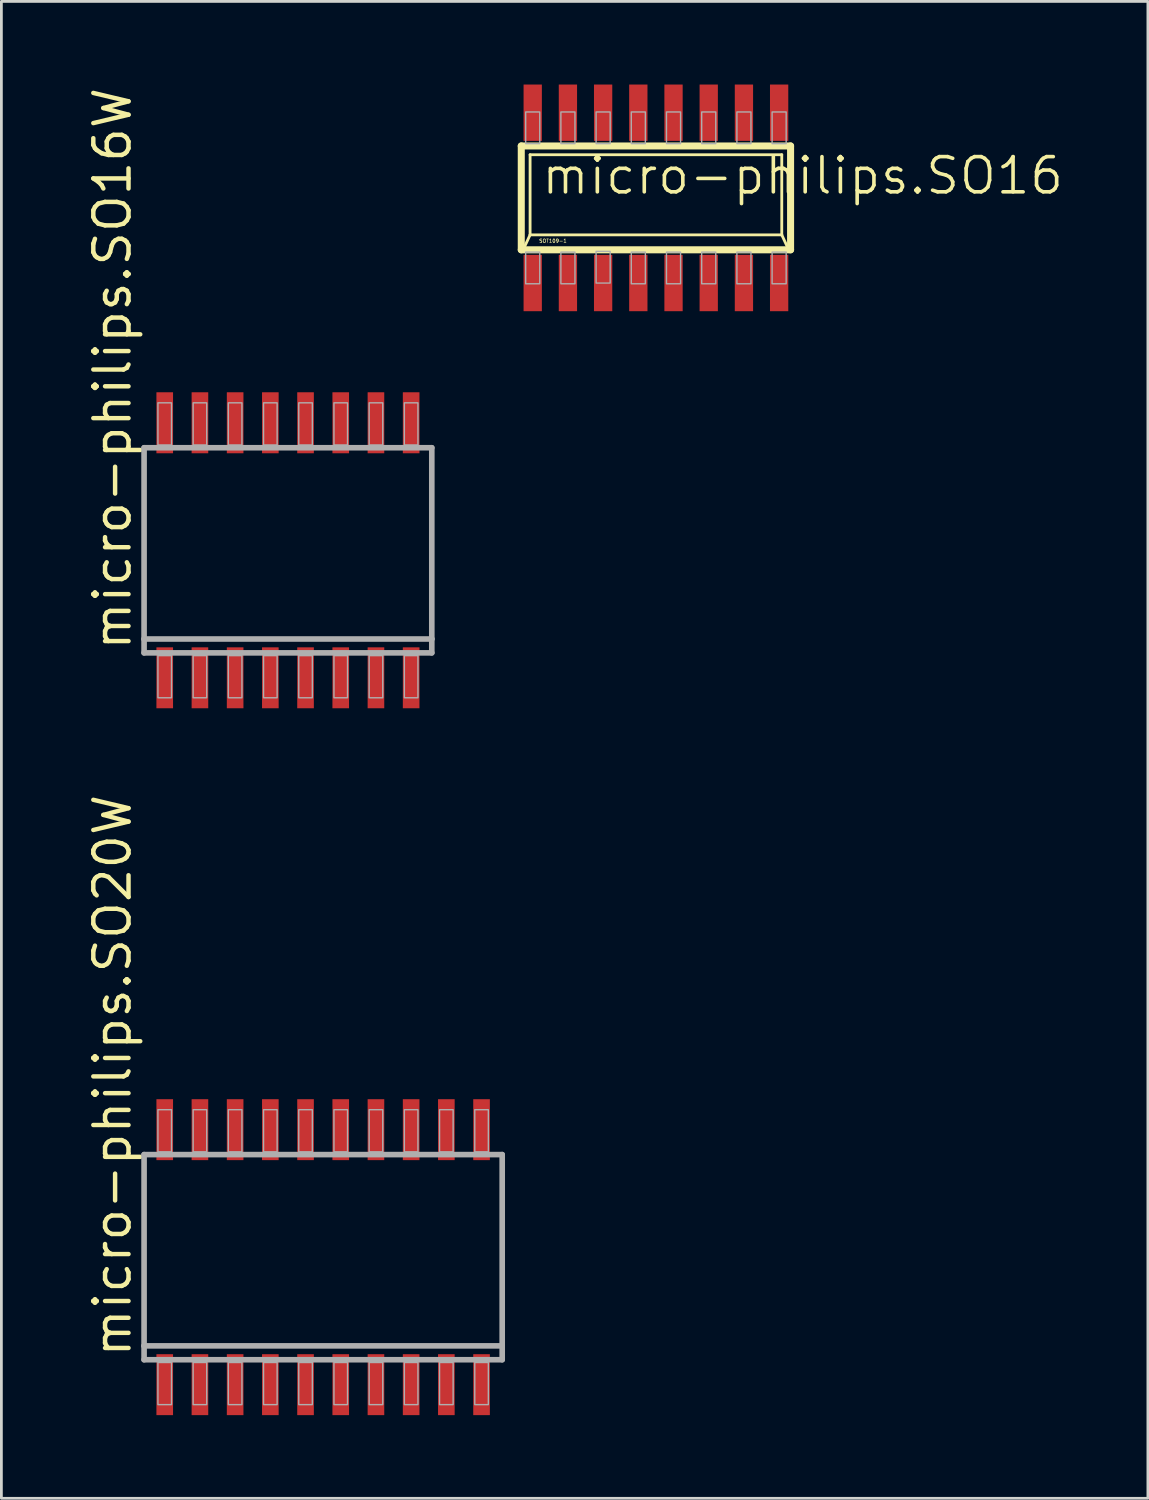
<source format=kicad_pcb>
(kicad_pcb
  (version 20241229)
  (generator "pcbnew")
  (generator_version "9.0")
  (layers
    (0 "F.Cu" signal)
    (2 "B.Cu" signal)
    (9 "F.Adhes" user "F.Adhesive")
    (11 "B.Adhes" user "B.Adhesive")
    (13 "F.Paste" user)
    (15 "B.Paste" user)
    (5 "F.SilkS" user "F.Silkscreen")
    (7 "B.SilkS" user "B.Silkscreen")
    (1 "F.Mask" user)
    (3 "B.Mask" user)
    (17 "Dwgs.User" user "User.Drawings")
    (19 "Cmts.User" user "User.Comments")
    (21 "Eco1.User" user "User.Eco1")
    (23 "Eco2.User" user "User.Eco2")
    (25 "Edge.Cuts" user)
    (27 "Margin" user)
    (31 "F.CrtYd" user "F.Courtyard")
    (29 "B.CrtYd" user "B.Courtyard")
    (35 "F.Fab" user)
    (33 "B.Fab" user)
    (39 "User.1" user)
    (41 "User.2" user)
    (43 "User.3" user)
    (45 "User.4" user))
  (footprint "micro-philips.SO16W"
    (layer "F.Cu")
    (at 7.338 16.803)
    (property "Reference" "micro-philips.SO16W" (at -5.588 3.683 90) (layer "F.SilkS") (effects (font (size 1.27 1.27) (thickness 0.16)) (justify left bottom)))
    (attr smd)
    (fp_line (start -5.19 -3.7) (end 5.19 -3.7) (stroke (width 0.203) (type default)) (layer "F.Fab"))
    (fp_line (start -5.19 3.2) (end -5.19 -3.7) (stroke (width 0.203) (type default)) (layer "F.Fab"))
    (fp_line (start -5.19 3.7) (end -5.19 3.2) (stroke (width 0.203) (type default)) (layer "F.Fab"))
    (fp_line (start 5.19 -3.7) (end 5.19 3.2) (stroke (width 0.203) (type default)) (layer "F.Fab"))
    (fp_line (start 5.19 3.2) (end -5.19 3.2) (stroke (width 0.203) (type default)) (layer "F.Fab"))
    (fp_line (start 5.19 3.2) (end 5.19 3.7) (stroke (width 0.203) (type default)) (layer "F.Fab"))
    (fp_line (start 5.19 3.7) (end -5.19 3.7) (stroke (width 0.203) (type default)) (layer "F.Fab"))
    (fp_rect (start -4.69 -3.8) (end -4.2 -5.32) (stroke (width 0.05) (type default)) (fill no) (layer "F.Fab"))
    (fp_rect (start -4.69 5.32) (end -4.2 3.8) (stroke (width 0.05) (type default)) (fill no) (layer "F.Fab"))
    (fp_rect (start -3.42 -3.8) (end -2.93 -5.32) (stroke (width 0.05) (type default)) (fill no) (layer "F.Fab"))
    (fp_rect (start -3.42 5.32) (end -2.93 3.8) (stroke (width 0.05) (type default)) (fill no) (layer "F.Fab"))
    (fp_rect (start -2.15 -3.8) (end -1.66 -5.32) (stroke (width 0.05) (type default)) (fill no) (layer "F.Fab"))
    (fp_rect (start -2.15 5.32) (end -1.66 3.8) (stroke (width 0.05) (type default)) (fill no) (layer "F.Fab"))
    (fp_rect (start -0.88 -3.8) (end -0.39 -5.32) (stroke (width 0.05) (type default)) (fill no) (layer "F.Fab"))
    (fp_rect (start -0.88 5.32) (end -0.39 3.8) (stroke (width 0.05) (type default)) (fill no) (layer "F.Fab"))
    (fp_rect (start 0.39 -3.8) (end 0.88 -5.32) (stroke (width 0.05) (type default)) (fill no) (layer "F.Fab"))
    (fp_rect (start 0.39 5.32) (end 0.88 3.8) (stroke (width 0.05) (type default)) (fill no) (layer "F.Fab"))
    (fp_rect (start 1.66 -3.8) (end 2.15 -5.32) (stroke (width 0.05) (type default)) (fill no) (layer "F.Fab"))
    (fp_rect (start 1.66 5.32) (end 2.15 3.8) (stroke (width 0.05) (type default)) (fill no) (layer "F.Fab"))
    (fp_rect (start 2.93 -3.8) (end 3.42 -5.32) (stroke (width 0.05) (type default)) (fill no) (layer "F.Fab"))
    (fp_rect (start 2.93 5.32) (end 3.42 3.8) (stroke (width 0.05) (type default)) (fill no) (layer "F.Fab"))
    (fp_rect (start 4.2 -3.8) (end 4.69 -5.32) (stroke (width 0.05) (type default)) (fill no) (layer "F.Fab"))
    (fp_rect (start 4.2 5.32) (end 4.69 3.8) (stroke (width 0.05) (type default)) (fill no) (layer "F.Fab"))
    (pad "1" smd roundrect (at -4.445 4.6) (size 0.6 2.2) (layers "F.Cu" "F.Mask" "F.Paste") (roundrect_rratio 0.01))
    (pad "2" smd roundrect (at -3.175 4.6) (size 0.6 2.2) (layers "F.Cu" "F.Mask" "F.Paste") (roundrect_rratio 0.01))
    (pad "3" smd roundrect (at -1.905 4.6) (size 0.6 2.2) (layers "F.Cu" "F.Mask" "F.Paste") (roundrect_rratio 0.01))
    (pad "4" smd roundrect (at -0.635 4.6) (size 0.6 2.2) (layers "F.Cu" "F.Mask" "F.Paste") (roundrect_rratio 0.01))
    (pad "5" smd roundrect (at 0.635 4.6) (size 0.6 2.2) (layers "F.Cu" "F.Mask" "F.Paste") (roundrect_rratio 0.01))
    (pad "6" smd roundrect (at 1.905 4.6) (size 0.6 2.2) (layers "F.Cu" "F.Mask" "F.Paste") (roundrect_rratio 0.01))
    (pad "7" smd roundrect (at 3.175 4.6) (size 0.6 2.2) (layers "F.Cu" "F.Mask" "F.Paste") (roundrect_rratio 0.01))
    (pad "8" smd roundrect (at 4.445 4.6) (size 0.6 2.2) (layers "F.Cu" "F.Mask" "F.Paste") (roundrect_rratio 0.01))
    (pad "9" smd roundrect (at 4.445 -4.6) (size 0.6 2.2) (layers "F.Cu" "F.Mask" "F.Paste") (roundrect_rratio 0.01))
    (pad "10" smd roundrect (at 3.175 -4.6) (size 0.6 2.2) (layers "F.Cu" "F.Mask" "F.Paste") (roundrect_rratio 0.01))
    (pad "11" smd roundrect (at 1.905 -4.6) (size 0.6 2.2) (layers "F.Cu" "F.Mask" "F.Paste") (roundrect_rratio 0.01))
    (pad "12" smd roundrect (at 0.635 -4.6) (size 0.6 2.2) (layers "F.Cu" "F.Mask" "F.Paste") (roundrect_rratio 0.01))
    (pad "13" smd roundrect (at -0.635 -4.6) (size 0.6 2.2) (layers "F.Cu" "F.Mask" "F.Paste") (roundrect_rratio 0.01))
    (pad "14" smd roundrect (at -1.905 -4.6) (size 0.6 2.2) (layers "F.Cu" "F.Mask" "F.Paste") (roundrect_rratio 0.01))
    (pad "15" smd roundrect (at -3.175 -4.6) (size 0.6 2.2) (layers "F.Cu" "F.Mask" "F.Paste") (roundrect_rratio 0.01))
    (pad "16" smd roundrect (at -4.445 -4.6) (size 0.6 2.2) (layers "F.Cu" "F.Mask" "F.Paste") (roundrect_rratio 0.01)))
  (footprint "micro-philips.SO20W"
    (layer "F.Cu")
    (at 8.608 42.305)
    (property "Reference" "micro-philips.SO20W" (at -6.858 3.683 90) (layer "F.SilkS") (effects (font (size 1.27 1.27) (thickness 0.16)) (justify left bottom)))
    (attr smd)
    (fp_line (start -6.46 -3.7) (end 6.46 -3.7) (stroke (width 0.203) (type default)) (layer "F.Fab"))
    (fp_line (start -6.46 3.2) (end -6.46 -3.7) (stroke (width 0.203) (type default)) (layer "F.Fab"))
    (fp_line (start -6.46 3.7) (end -6.46 3.2) (stroke (width 0.203) (type default)) (layer "F.Fab"))
    (fp_line (start 6.46 -3.7) (end 6.46 3.2) (stroke (width 0.203) (type default)) (layer "F.Fab"))
    (fp_line (start 6.46 3.2) (end -6.46 3.2) (stroke (width 0.203) (type default)) (layer "F.Fab"))
    (fp_line (start 6.46 3.2) (end 6.46 3.7) (stroke (width 0.203) (type default)) (layer "F.Fab"))
    (fp_line (start 6.46 3.7) (end -6.46 3.7) (stroke (width 0.203) (type default)) (layer "F.Fab"))
    (fp_rect (start -5.96 -3.8) (end -5.47 -5.32) (stroke (width 0.05) (type default)) (fill no) (layer "F.Fab"))
    (fp_rect (start -5.96 5.32) (end -5.47 3.8) (stroke (width 0.05) (type default)) (fill no) (layer "F.Fab"))
    (fp_rect (start -4.69 -3.8) (end -4.2 -5.32) (stroke (width 0.05) (type default)) (fill no) (layer "F.Fab"))
    (fp_rect (start -4.69 5.32) (end -4.2 3.8) (stroke (width 0.05) (type default)) (fill no) (layer "F.Fab"))
    (fp_rect (start -3.42 -3.8) (end -2.93 -5.32) (stroke (width 0.05) (type default)) (fill no) (layer "F.Fab"))
    (fp_rect (start -3.42 5.32) (end -2.93 3.8) (stroke (width 0.05) (type default)) (fill no) (layer "F.Fab"))
    (fp_rect (start -2.15 -3.8) (end -1.66 -5.32) (stroke (width 0.05) (type default)) (fill no) (layer "F.Fab"))
    (fp_rect (start -2.15 5.32) (end -1.66 3.8) (stroke (width 0.05) (type default)) (fill no) (layer "F.Fab"))
    (fp_rect (start -0.88 -3.8) (end -0.39 -5.32) (stroke (width 0.05) (type default)) (fill no) (layer "F.Fab"))
    (fp_rect (start -0.88 5.32) (end -0.39 3.8) (stroke (width 0.05) (type default)) (fill no) (layer "F.Fab"))
    (fp_rect (start 0.39 -3.8) (end 0.88 -5.32) (stroke (width 0.05) (type default)) (fill no) (layer "F.Fab"))
    (fp_rect (start 0.39 5.32) (end 0.88 3.8) (stroke (width 0.05) (type default)) (fill no) (layer "F.Fab"))
    (fp_rect (start 1.66 -3.8) (end 2.15 -5.32) (stroke (width 0.05) (type default)) (fill no) (layer "F.Fab"))
    (fp_rect (start 1.66 5.32) (end 2.15 3.8) (stroke (width 0.05) (type default)) (fill no) (layer "F.Fab"))
    (fp_rect (start 2.93 -3.8) (end 3.42 -5.32) (stroke (width 0.05) (type default)) (fill no) (layer "F.Fab"))
    (fp_rect (start 2.93 5.32) (end 3.42 3.8) (stroke (width 0.05) (type default)) (fill no) (layer "F.Fab"))
    (fp_rect (start 4.2 -3.8) (end 4.69 -5.32) (stroke (width 0.05) (type default)) (fill no) (layer "F.Fab"))
    (fp_rect (start 4.2 5.32) (end 4.69 3.8) (stroke (width 0.05) (type default)) (fill no) (layer "F.Fab"))
    (fp_rect (start 5.47 -3.8) (end 5.96 -5.32) (stroke (width 0.05) (type default)) (fill no) (layer "F.Fab"))
    (fp_rect (start 5.47 5.32) (end 5.96 3.8) (stroke (width 0.05) (type default)) (fill no) (layer "F.Fab"))
    (pad "1" smd roundrect (at -5.715 4.6) (size 0.6 2.2) (layers "F.Cu" "F.Mask" "F.Paste") (roundrect_rratio 0.01))
    (pad "2" smd roundrect (at -4.445 4.6) (size 0.6 2.2) (layers "F.Cu" "F.Mask" "F.Paste") (roundrect_rratio 0.01))
    (pad "3" smd roundrect (at -3.175 4.6) (size 0.6 2.2) (layers "F.Cu" "F.Mask" "F.Paste") (roundrect_rratio 0.01))
    (pad "4" smd roundrect (at -1.905 4.6) (size 0.6 2.2) (layers "F.Cu" "F.Mask" "F.Paste") (roundrect_rratio 0.01))
    (pad "5" smd roundrect (at -0.635 4.6) (size 0.6 2.2) (layers "F.Cu" "F.Mask" "F.Paste") (roundrect_rratio 0.01))
    (pad "6" smd roundrect (at 0.635 4.6) (size 0.6 2.2) (layers "F.Cu" "F.Mask" "F.Paste") (roundrect_rratio 0.01))
    (pad "7" smd roundrect (at 1.905 4.6) (size 0.6 2.2) (layers "F.Cu" "F.Mask" "F.Paste") (roundrect_rratio 0.01))
    (pad "8" smd roundrect (at 3.175 4.6) (size 0.6 2.2) (layers "F.Cu" "F.Mask" "F.Paste") (roundrect_rratio 0.01))
    (pad "9" smd roundrect (at 4.445 4.6) (size 0.6 2.2) (layers "F.Cu" "F.Mask" "F.Paste") (roundrect_rratio 0.01))
    (pad "10" smd roundrect (at 5.715 4.6) (size 0.6 2.2) (layers "F.Cu" "F.Mask" "F.Paste") (roundrect_rratio 0.01))
    (pad "11" smd roundrect (at 5.715 -4.6) (size 0.6 2.2) (layers "F.Cu" "F.Mask" "F.Paste") (roundrect_rratio 0.01))
    (pad "12" smd roundrect (at 4.445 -4.6) (size 0.6 2.2) (layers "F.Cu" "F.Mask" "F.Paste") (roundrect_rratio 0.01))
    (pad "13" smd roundrect (at 3.175 -4.6) (size 0.6 2.2) (layers "F.Cu" "F.Mask" "F.Paste") (roundrect_rratio 0.01))
    (pad "14" smd roundrect (at 1.905 -4.6) (size 0.6 2.2) (layers "F.Cu" "F.Mask" "F.Paste") (roundrect_rratio 0.01))
    (pad "15" smd roundrect (at 0.635 -4.6) (size 0.6 2.2) (layers "F.Cu" "F.Mask" "F.Paste") (roundrect_rratio 0.01))
    (pad "16" smd roundrect (at -0.635 -4.6) (size 0.6 2.2) (layers "F.Cu" "F.Mask" "F.Paste") (roundrect_rratio 0.01))
    (pad "17" smd roundrect (at -1.905 -4.6) (size 0.6 2.2) (layers "F.Cu" "F.Mask" "F.Paste") (roundrect_rratio 0.01))
    (pad "18" smd roundrect (at -3.175 -4.6) (size 0.6 2.2) (layers "F.Cu" "F.Mask" "F.Paste") (roundrect_rratio 0.01))
    (pad "19" smd roundrect (at -4.445 -4.6) (size 0.6 2.2) (layers "F.Cu" "F.Mask" "F.Paste") (roundrect_rratio 0.01))
    (pad "20" smd roundrect (at -5.715 -4.6) (size 0.6 2.2) (layers "F.Cu" "F.Mask" "F.Paste") (roundrect_rratio 0.01)))
  (footprint "micro-philips.SO16"
    (layer "F.Cu")
    (at 20.614 4.089)
    (property "Reference" "micro-philips.SO16" (at -4.195 -0.056 0) (layer "F.SilkS") (effects (font (size 1.27 1.27) (thickness 0.13)) (justify left bottom)))
    (attr smd)
    (fp_line (start -4.858 -1.873) (end 4.858 -1.873) (stroke (width 0.254) (type default)) (layer "F.SilkS"))
    (fp_line (start -4.858 1.873) (end -4.858 -1.873) (stroke (width 0.254) (type default)) (layer "F.SilkS"))
    (fp_line (start -4.731 1.746) (end -4.54 1.334) (stroke (width 0.102) (type default)) (layer "F.SilkS"))
    (fp_line (start -4.54 -1.556) (end 4.54 -1.556) (stroke (width 0.102) (type default)) (layer "F.SilkS"))
    (fp_line (start -4.54 1.334) (end -4.54 -1.556) (stroke (width 0.102) (type default)) (layer "F.SilkS"))
    (fp_line (start 4.54 -1.556) (end 4.54 1.334) (stroke (width 0.102) (type default)) (layer "F.SilkS"))
    (fp_line (start 4.54 1.334) (end -4.54 1.334) (stroke (width 0.102) (type default)) (layer "F.SilkS"))
    (fp_line (start 4.54 1.334) (end 4.731 1.746) (stroke (width 0.102) (type default)) (layer "F.SilkS"))
    (fp_line (start 4.858 -1.873) (end 4.858 1.873) (stroke (width 0.254) (type default)) (layer "F.SilkS"))
    (fp_line (start 4.858 1.873) (end -4.858 1.873) (stroke (width 0.254) (type default)) (layer "F.SilkS"))
    (fp_rect (start -4.699 -1.956) (end -4.191 -3.099) (stroke (width 0.05) (type default)) (fill no) (layer "F.Fab"))
    (fp_rect (start -4.699 3.099) (end -4.191 1.956) (stroke (width 0.05) (type default)) (fill no) (layer "F.Fab"))
    (fp_rect (start -3.429 -1.956) (end -2.921 -3.099) (stroke (width 0.05) (type default)) (fill no) (layer "F.Fab"))
    (fp_rect (start -3.429 3.099) (end -2.921 1.956) (stroke (width 0.05) (type default)) (fill no) (layer "F.Fab"))
    (fp_rect (start -2.159 -1.956) (end -1.651 -3.099) (stroke (width 0.05) (type default)) (fill no) (layer "F.Fab"))
    (fp_rect (start -2.159 3.073) (end -1.651 1.93) (stroke (width 0.05) (type default)) (fill no) (layer "F.Fab"))
    (fp_rect (start -0.889 -1.956) (end -0.381 -3.099) (stroke (width 0.05) (type default)) (fill no) (layer "F.Fab"))
    (fp_rect (start -0.889 3.099) (end -0.381 1.956) (stroke (width 0.05) (type default)) (fill no) (layer "F.Fab"))
    (fp_rect (start 0.381 -1.956) (end 0.889 -3.099) (stroke (width 0.05) (type default)) (fill no) (layer "F.Fab"))
    (fp_rect (start 0.381 3.099) (end 0.889 1.956) (stroke (width 0.05) (type default)) (fill no) (layer "F.Fab"))
    (fp_rect (start 1.651 -1.956) (end 2.159 -3.099) (stroke (width 0.05) (type default)) (fill no) (layer "F.Fab"))
    (fp_rect (start 1.651 3.099) (end 2.159 1.956) (stroke (width 0.05) (type default)) (fill no) (layer "F.Fab"))
    (fp_rect (start 2.921 -1.956) (end 3.429 -3.099) (stroke (width 0.05) (type default)) (fill no) (layer "F.Fab"))
    (fp_rect (start 2.921 3.099) (end 3.429 1.956) (stroke (width 0.05) (type default)) (fill no) (layer "F.Fab"))
    (fp_rect (start 4.191 -1.956) (end 4.699 -3.099) (stroke (width 0.05) (type default)) (fill no) (layer "F.Fab"))
    (fp_rect (start 4.191 3.099) (end 4.699 1.956) (stroke (width 0.05) (type default)) (fill no) (layer "F.Fab"))
    (fp_text user "SOT109-1" (at -4.225 1.625 0) (layer "F.SilkS") (effects (font (size 0.127 0.127) (thickness 0.02)) (justify left bottom)))
    (pad "1" smd roundrect (at -4.445 3.073) (size 0.66 2.032) (layers "F.Cu" "F.Mask" "F.Paste") (roundrect_rratio 0.01))
    (pad "2" smd roundrect (at -3.175 3.073) (size 0.66 2.032) (layers "F.Cu" "F.Mask" "F.Paste") (roundrect_rratio 0.01))
    (pad "3" smd roundrect (at -1.905 3.073) (size 0.66 2.032) (layers "F.Cu" "F.Mask" "F.Paste") (roundrect_rratio 0.01))
    (pad "4" smd roundrect (at -0.635 3.073) (size 0.66 2.032) (layers "F.Cu" "F.Mask" "F.Paste") (roundrect_rratio 0.01))
    (pad "5" smd roundrect (at 0.635 3.073) (size 0.66 2.032) (layers "F.Cu" "F.Mask" "F.Paste") (roundrect_rratio 0.01))
    (pad "6" smd roundrect (at 1.905 3.073) (size 0.66 2.032) (layers "F.Cu" "F.Mask" "F.Paste") (roundrect_rratio 0.01))
    (pad "7" smd roundrect (at 3.175 3.073) (size 0.66 2.032) (layers "F.Cu" "F.Mask" "F.Paste") (roundrect_rratio 0.01))
    (pad "8" smd roundrect (at 4.445 3.073) (size 0.66 2.032) (layers "F.Cu" "F.Mask" "F.Paste") (roundrect_rratio 0.01))
    (pad "9" smd roundrect (at 4.445 -3.073) (size 0.66 2.032) (layers "F.Cu" "F.Mask" "F.Paste") (roundrect_rratio 0.01))
    (pad "10" smd roundrect (at 3.175 -3.073) (size 0.66 2.032) (layers "F.Cu" "F.Mask" "F.Paste") (roundrect_rratio 0.01))
    (pad "11" smd roundrect (at 1.905 -3.073) (size 0.66 2.032) (layers "F.Cu" "F.Mask" "F.Paste") (roundrect_rratio 0.01))
    (pad "12" smd roundrect (at 0.635 -3.073) (size 0.66 2.032) (layers "F.Cu" "F.Mask" "F.Paste") (roundrect_rratio 0.01))
    (pad "13" smd roundrect (at -0.635 -3.073) (size 0.66 2.032) (layers "F.Cu" "F.Mask" "F.Paste") (roundrect_rratio 0.01))
    (pad "14" smd roundrect (at -1.905 -3.073) (size 0.66 2.032) (layers "F.Cu" "F.Mask" "F.Paste") (roundrect_rratio 0.01))
    (pad "15" smd roundrect (at -3.175 -3.073) (size 0.66 2.032) (layers "F.Cu" "F.Mask" "F.Paste") (roundrect_rratio 0.01))
    (pad "16" smd roundrect (at -4.445 -3.073) (size 0.66 2.032) (layers "F.Cu" "F.Mask" "F.Paste") (roundrect_rratio 0.01)))
  (gr_rect
    (start -3 -3)
    (end 38.363 51.005)
    (stroke (width 0.1) (type default))
    (fill no)
    (layer "Edge.Cuts")))
</source>
